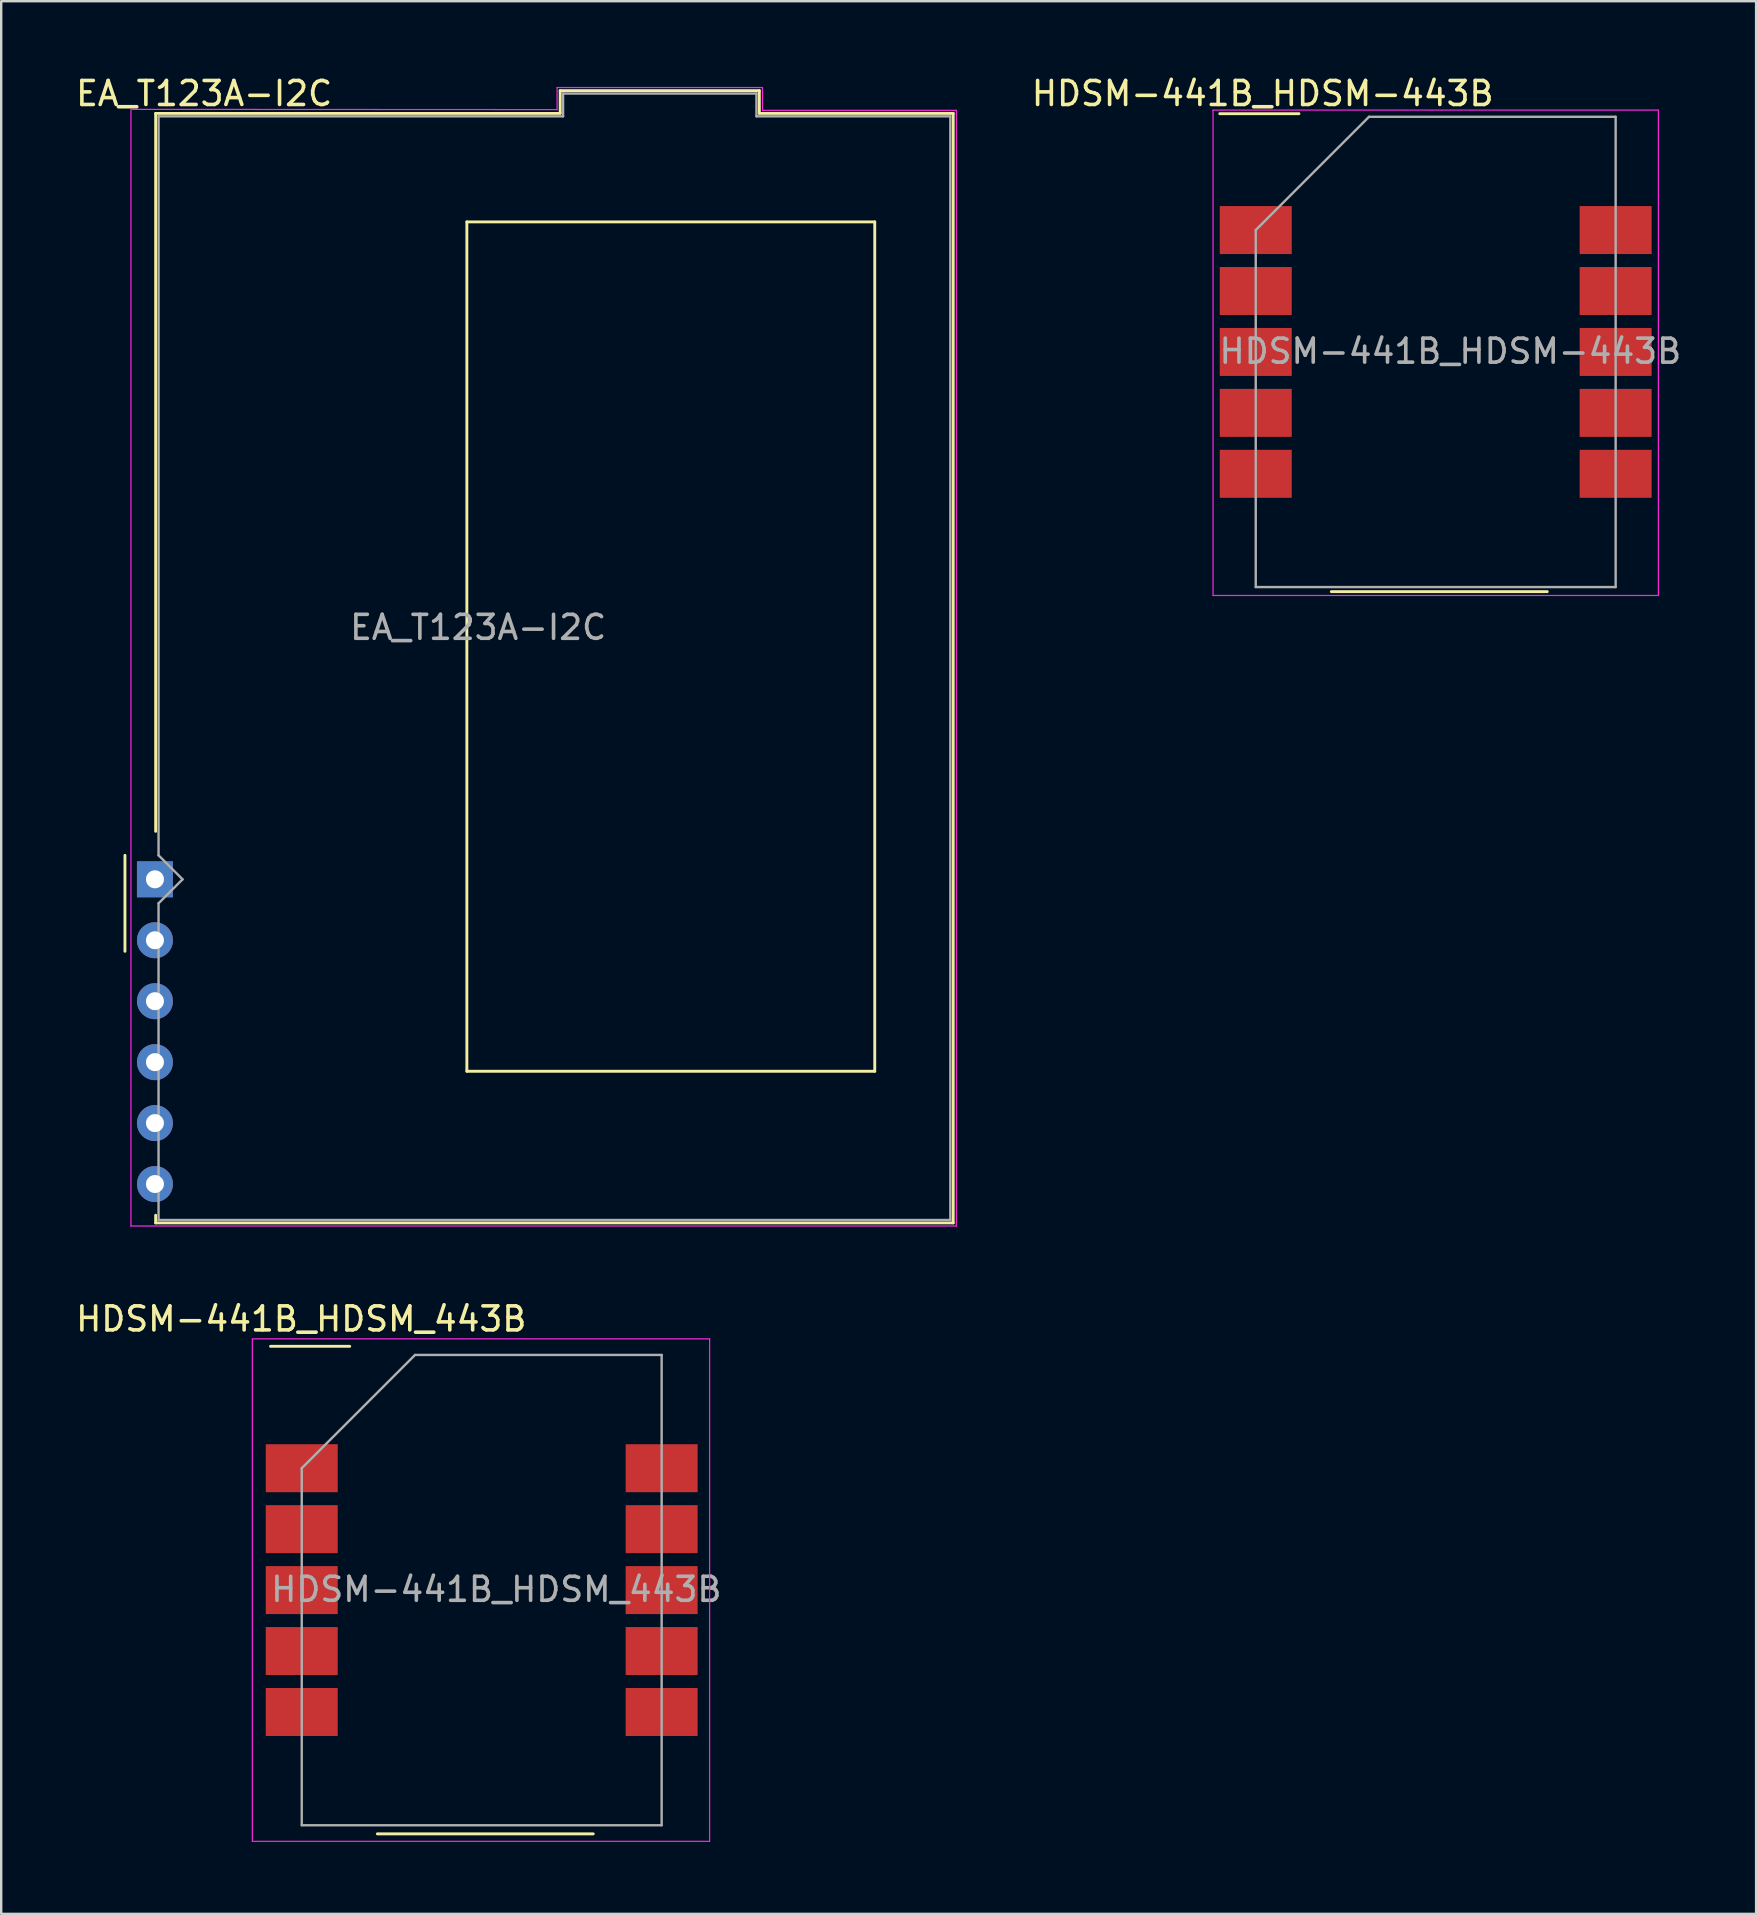
<source format=kicad_pcb>
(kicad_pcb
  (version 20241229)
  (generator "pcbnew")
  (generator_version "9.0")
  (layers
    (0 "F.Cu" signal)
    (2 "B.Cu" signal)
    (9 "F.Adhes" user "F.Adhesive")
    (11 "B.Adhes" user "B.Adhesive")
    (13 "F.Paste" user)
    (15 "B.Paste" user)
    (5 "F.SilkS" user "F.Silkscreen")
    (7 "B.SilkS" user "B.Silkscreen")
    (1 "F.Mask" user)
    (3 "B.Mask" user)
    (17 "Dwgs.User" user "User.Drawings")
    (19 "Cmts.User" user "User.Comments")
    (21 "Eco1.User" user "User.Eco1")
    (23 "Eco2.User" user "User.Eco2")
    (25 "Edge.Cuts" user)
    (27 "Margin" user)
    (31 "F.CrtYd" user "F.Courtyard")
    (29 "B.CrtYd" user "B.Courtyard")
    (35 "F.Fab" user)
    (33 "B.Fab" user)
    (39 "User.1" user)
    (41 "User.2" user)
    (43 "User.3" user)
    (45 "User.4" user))
  (footprint "EA_T123A-I2C"
    (layer "F.Cu")
    (at 3.408 33.598)
    (property "Reference" "EA_T123A-I2C" (at 2.05 -32.75 0) (layer "F.SilkS") (effects (font (size 1 1) (thickness 0.15))))
    (attr through_hole)
    (fp_line (start -1.25 -1) (end -1.25 3) (stroke (width 0.12) (type solid)) (layer "F.SilkS"))
    (fp_line (start 0.03 -31.92) (end 0.03 -2) (stroke (width 0.12) (type solid)) (layer "F.SilkS"))
    (fp_line (start 0.03 -31.92) (end 16.89 -31.92) (stroke (width 0.12) (type solid)) (layer "F.SilkS"))
    (fp_line (start 0.03 14.32) (end 0.03 14) (stroke (width 0.12) (type solid)) (layer "F.SilkS"))
    (fp_line (start 13 -27.4) (end 30 -27.4) (stroke (width 0.12) (type solid)) (layer "F.SilkS"))
    (fp_line (start 13 8) (end 13 -27.4) (stroke (width 0.12) (type solid)) (layer "F.SilkS"))
    (fp_line (start 13 8) (end 30 8) (stroke (width 0.12) (type solid)) (layer "F.SilkS"))
    (fp_line (start 16.89 -32.87) (end 16.89 -31.94) (stroke (width 0.12) (type solid)) (layer "F.SilkS"))
    (fp_line (start 25.19 -32.87) (end 16.89 -32.87) (stroke (width 0.12) (type solid)) (layer "F.SilkS"))
    (fp_line (start 25.19 -31.93) (end 25.19 -32.87) (stroke (width 0.12) (type solid)) (layer "F.SilkS"))
    (fp_line (start 25.19 -31.92) (end 33.27 -31.92) (stroke (width 0.12) (type solid)) (layer "F.SilkS"))
    (fp_line (start 30 -27.4) (end 30 8) (stroke (width 0.12) (type solid)) (layer "F.SilkS"))
    (fp_line (start 33.27 -31.92) (end 33.27 14.32) (stroke (width 0.12) (type solid)) (layer "F.SilkS"))
    (fp_line (start 33.27 14.32) (end 0.03 14.32) (stroke (width 0.12) (type solid)) (layer "F.SilkS"))
    (fp_line (start -1 14.45) (end -1 -32.05) (stroke (width 0.05) (type solid)) (layer "F.CrtYd"))
    (fp_line (start 16.76 -33) (end 16.76 -32.08) (stroke (width 0.05) (type solid)) (layer "F.CrtYd"))
    (fp_line (start 16.76 -32.08) (end -1 -32.09) (stroke (width 0.05) (type solid)) (layer "F.CrtYd"))
    (fp_line (start 25.31 -33) (end 16.76 -33) (stroke (width 0.05) (type solid)) (layer "F.CrtYd"))
    (fp_line (start 25.32 -32.06) (end 25.32 -33) (stroke (width 0.05) (type solid)) (layer "F.CrtYd"))
    (fp_line (start 25.32 -32.05) (end 33.4 -32.05) (stroke (width 0.05) (type solid)) (layer "F.CrtYd"))
    (fp_line (start 33.4 -32.05) (end 33.4 14.45) (stroke (width 0.05) (type solid)) (layer "F.CrtYd"))
    (fp_line (start 33.4 14.45) (end -1 14.45) (stroke (width 0.05) (type solid)) (layer "F.CrtYd"))
    (fp_line (start 0.15 -31.8) (end 17.01 -31.8) (stroke (width 0.1) (type solid)) (layer "F.Fab"))
    (fp_line (start 0.15 -1) (end 0.15 -31.8) (stroke (width 0.1) (type solid)) (layer "F.Fab"))
    (fp_line (start 0.15 -1) (end 1.15 0) (stroke (width 0.1) (type solid)) (layer "F.Fab"))
    (fp_line (start 0.15 1) (end 0.15 14.2) (stroke (width 0.1) (type solid)) (layer "F.Fab"))
    (fp_line (start 0.15 14.2) (end 33.15 14.2) (stroke (width 0.1) (type solid)) (layer "F.Fab"))
    (fp_line (start 1.15 0) (end 0.15 1) (stroke (width 0.1) (type solid)) (layer "F.Fab"))
    (fp_line (start 17.01 -32.75) (end 17.01 -31.8) (stroke (width 0.1) (type solid)) (layer "F.Fab"))
    (fp_line (start 25.07 -32.75) (end 17.01 -32.75) (stroke (width 0.1) (type solid)) (layer "F.Fab"))
    (fp_line (start 25.07 -31.8) (end 25.07 -32.75) (stroke (width 0.1) (type solid)) (layer "F.Fab"))
    (fp_line (start 25.07 -31.8) (end 33.15 -31.8) (stroke (width 0.1) (type solid)) (layer "F.Fab"))
    (fp_line (start 33.15 -31.8) (end 33.15 14.2) (stroke (width 0.1) (type solid)) (layer "F.Fab"))
    (fp_text user "${REFERENCE}" (at 13.47 -10.5 0) (layer "F.Fab") (effects (font (size 1 1) (thickness 0.15))))
    (pad "1" thru_hole rect (at 0 0) (size 1.5 1.5) (drill 0.75) (layers "*.Cu" "*.Mask"))
    (pad "2" thru_hole circle (at 0 2.54) (size 1.5 1.5) (drill 0.75) (layers "*.Cu" "*.Mask"))
    (pad "3" thru_hole circle (at 0 5.08) (size 1.5 1.5) (drill 0.75) (layers "*.Cu" "*.Mask"))
    (pad "4" thru_hole circle (at 0 7.62) (size 1.5 1.5) (drill 0.75) (layers "*.Cu" "*.Mask"))
    (pad "5" thru_hole circle (at 0 10.16) (size 1.5 1.5) (drill 0.75) (layers "*.Cu" "*.Mask"))
    (pad "6" thru_hole circle (at 0 12.7) (size 1.5 1.5) (drill 0.75) (layers "*.Cu" "*.Mask")))
  (footprint "HDSM-441B_HDSM-443B"
    (layer "F.Cu")
    (at 56.787 11.618)
    (property "Reference" "HDSM-441B_HDSM-443B" (at -7.21 -10.77 0) (layer "F.SilkS") (effects (font (size 1 1) (thickness 0.15))))
    (attr smd)
    (fp_line (start -9 -9.93) (end -5.7 -9.93) (stroke (width 0.12) (type solid)) (layer "F.SilkS"))
    (fp_line (start 4.65 9.99) (end -4.35 9.99) (stroke (width 0.12) (type solid)) (layer "F.SilkS"))
    (fp_line (start -9.28 -10.08) (end 9.28 -10.08) (stroke (width 0.05) (type solid)) (layer "F.CrtYd"))
    (fp_line (start -9.28 10.15) (end -9.28 -10.08) (stroke (width 0.05) (type solid)) (layer "F.CrtYd"))
    (fp_line (start 9.28 -10.08) (end 9.28 10.15) (stroke (width 0.05) (type solid)) (layer "F.CrtYd"))
    (fp_line (start 9.28 10.15) (end -9.28 10.15) (stroke (width 0.05) (type solid)) (layer "F.CrtYd"))
    (fp_line (start -7.5 -5.08) (end -7.5 9.8) (stroke (width 0.1) (type solid)) (layer "F.Fab"))
    (fp_line (start -7.5 -5.08) (end -2.78 -9.8) (stroke (width 0.1) (type solid)) (layer "F.Fab"))
    (fp_line (start 7.5 -9.8) (end -2.78 -9.8) (stroke (width 0.1) (type solid)) (layer "F.Fab"))
    (fp_line (start 7.5 -9.8) (end 7.5 9.8) (stroke (width 0.1) (type solid)) (layer "F.Fab"))
    (fp_line (start 7.5 9.8) (end -7.5 9.8) (stroke (width 0.1) (type solid)) (layer "F.Fab"))
    (fp_text user "${REFERENCE}" (at 0.61 -0.03 0) (layer "F.Fab") (effects (font (size 1 1) (thickness 0.15))))
    (pad "1" smd rect (at -7.5 -5.08 270) (size 2 3) (layers "F.Cu" "F.Mask" "F.Paste"))
    (pad "2" smd rect (at -7.5 -2.54 270) (size 2 3) (layers "F.Cu" "F.Mask" "F.Paste"))
    (pad "3" smd rect (at -7.5 0 270) (size 2 3) (layers "F.Cu" "F.Mask" "F.Paste"))
    (pad "4" smd rect (at -7.5 2.54 270) (size 2 3) (layers "F.Cu" "F.Mask" "F.Paste"))
    (pad "5" smd rect (at -7.5 5.08 270) (size 2 3) (layers "F.Cu" "F.Mask" "F.Paste"))
    (pad "6" smd rect (at 7.5 5.08 270) (size 2 3) (layers "F.Cu" "F.Mask" "F.Paste"))
    (pad "7" smd rect (at 7.5 2.54 270) (size 2 3) (layers "F.Cu" "F.Mask" "F.Paste"))
    (pad "8" smd rect (at 7.5 0 270) (size 2 3) (layers "F.Cu" "F.Mask" "F.Paste"))
    (pad "9" smd rect (at 7.5 -2.54 270) (size 2 3) (layers "F.Cu" "F.Mask" "F.Paste"))
    (pad "10" smd rect (at 7.5 -5.08 270) (size 2 3) (layers "F.Cu" "F.Mask" "F.Paste")))
  (footprint "HDSM-441B_HDSM_443B"
    (layer "F.Cu")
    (at 9.526 58.142)
    (property "Reference" "HDSM-441B_HDSM_443B" (at -0.02 -6.22 0) (layer "F.SilkS") (effects (font (size 1 1) (thickness 0.15))))
    (attr through_hole)
    (fp_line (start -1.3 -5.08) (end 2 -5.08) (stroke (width 0.12) (type solid)) (layer "F.SilkS"))
    (fp_line (start 12.15 15.24) (end 3.15 15.24) (stroke (width 0.12) (type solid)) (layer "F.SilkS"))
    (fp_line (start -2.06 15.55) (end -2.06 -5.39) (stroke (width 0.05) (type solid)) (layer "F.CrtYd"))
    (fp_line (start -2.04 -5.39) (end 17 -5.39) (stroke (width 0.05) (type solid)) (layer "F.CrtYd"))
    (fp_line (start 17 -5.39) (end 17 15.55) (stroke (width 0.05) (type solid)) (layer "F.CrtYd"))
    (fp_line (start 17 15.55) (end -2.06 15.55) (stroke (width 0.05) (type solid)) (layer "F.CrtYd"))
    (fp_line (start 0 0) (end 0 14.88) (stroke (width 0.1) (type solid)) (layer "F.Fab"))
    (fp_line (start 0 0) (end 4.72 -4.72) (stroke (width 0.1) (type solid)) (layer "F.Fab"))
    (fp_line (start 15 -4.72) (end 4.72 -4.72) (stroke (width 0.1) (type solid)) (layer "F.Fab"))
    (fp_line (start 15 -4.72) (end 15 14.88) (stroke (width 0.1) (type solid)) (layer "F.Fab"))
    (fp_line (start 15 14.88) (end 0 14.88) (stroke (width 0.1) (type solid)) (layer "F.Fab"))
    (fp_text user "${REFERENCE}" (at 8.11 5.05 0) (layer "F.Fab") (effects (font (size 1 1) (thickness 0.15))))
    (pad "1" smd rect (at 0 0 270) (size 2 3) (layers "F.Cu" "F.Mask" "F.Paste"))
    (pad "2" smd rect (at 0 2.54 270) (size 2 3) (layers "F.Cu" "F.Mask" "F.Paste"))
    (pad "3" smd rect (at 0 5.08 270) (size 2 3) (layers "F.Cu" "F.Mask" "F.Paste"))
    (pad "4" smd rect (at 0 7.62 270) (size 2 3) (layers "F.Cu" "F.Mask" "F.Paste"))
    (pad "5" smd rect (at 0 10.16 270) (size 2 3) (layers "F.Cu" "F.Mask" "F.Paste"))
    (pad "6" smd rect (at 15 10.16 270) (size 2 3) (layers "F.Cu" "F.Mask" "F.Paste"))
    (pad "7" smd rect (at 15 7.62 270) (size 2 3) (layers "F.Cu" "F.Mask" "F.Paste"))
    (pad "8" smd rect (at 15 5.08 270) (size 2 3) (layers "F.Cu" "F.Mask" "F.Paste"))
    (pad "9" smd rect (at 15 2.54 270) (size 2 3) (layers "F.Cu" "F.Mask" "F.Paste"))
    (pad "10" smd rect (at 15 0 270) (size 2 3) (layers "F.Cu" "F.Mask" "F.Paste")))
  (gr_rect
    (start -3 -3)
    (end 70.141 76.716)
    (stroke (width 0.1) (type default))
    (fill no)
    (layer "Edge.Cuts")))
</source>
